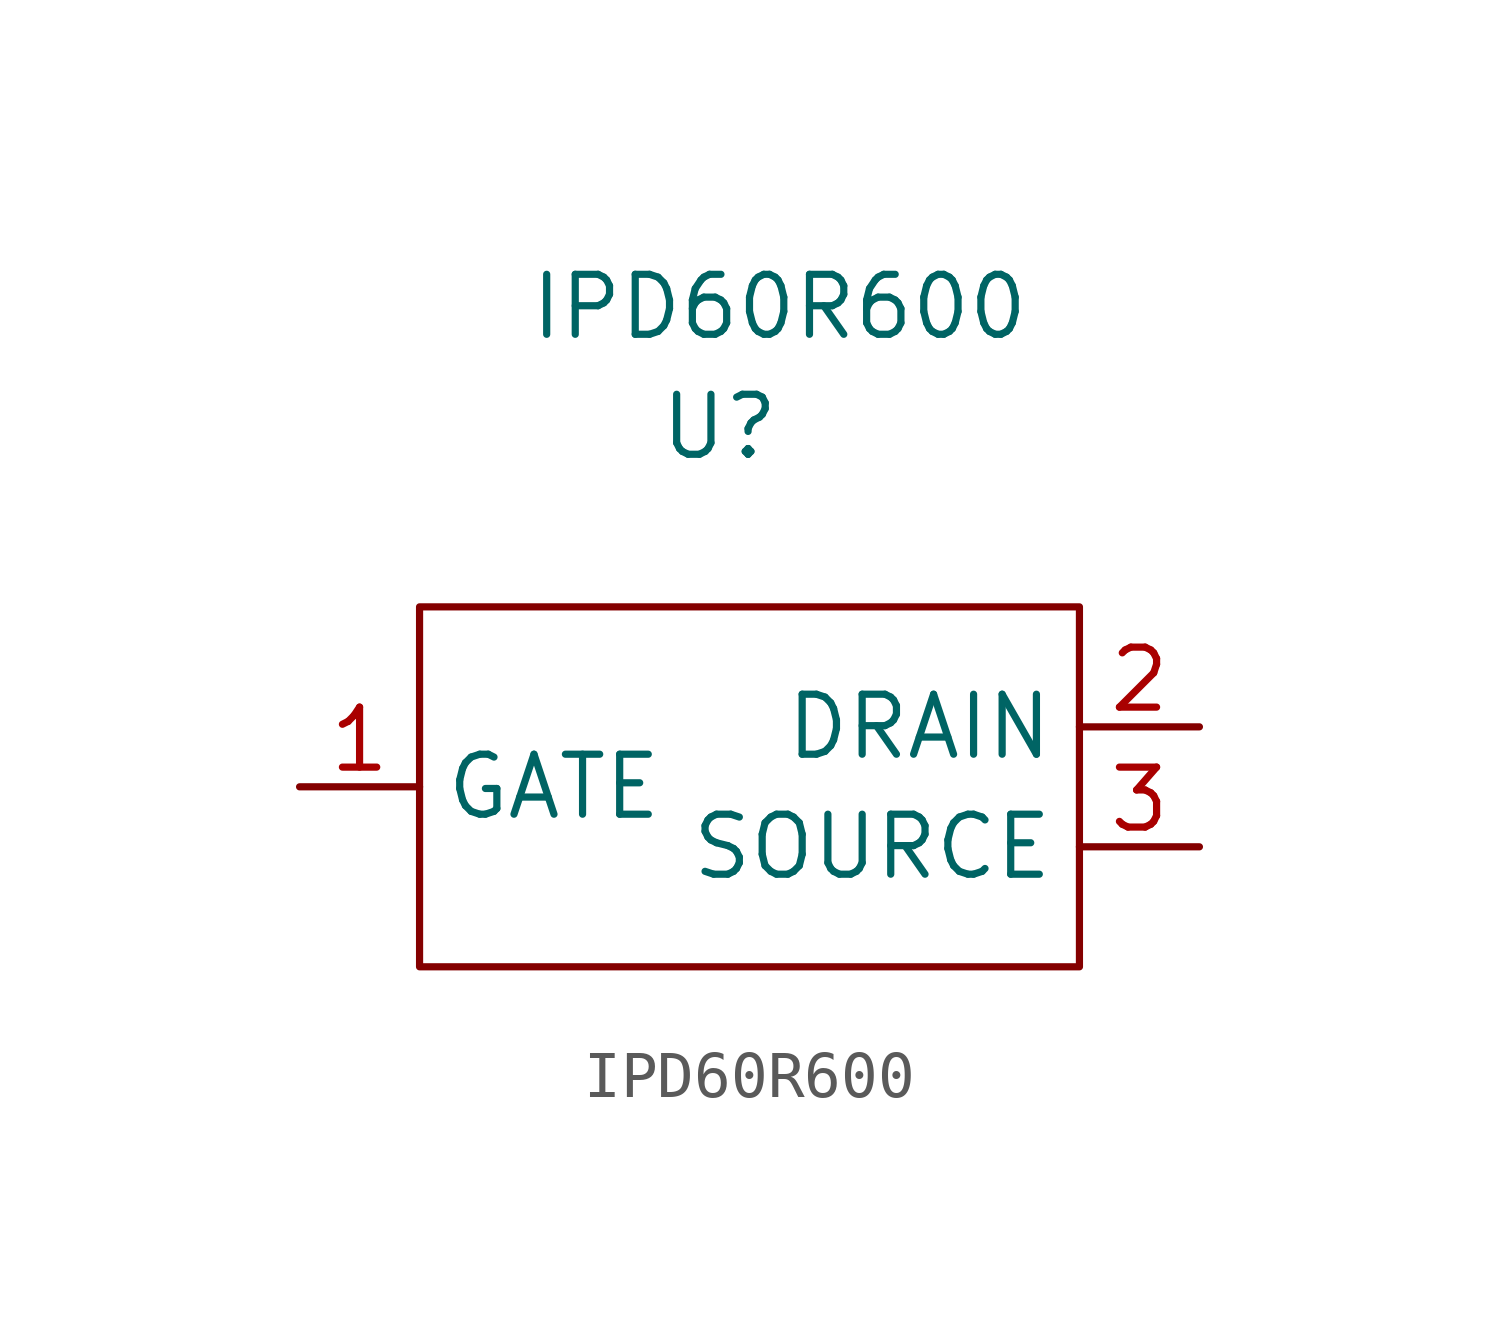
<source format=kicad_sym>
(kicad_symbol_lib
  (version 20220914)
  (generator kicad_symbol_editor)
  (symbol "IPD60R600"
    (property "Reference" "U"
      (at 0 7.62 0)
      (effects (font (size 1.27 1.27))))
    (property "Value" "IPD60R600"
      (at 1.27 10.16 0)
      (effects (font (size 1.27 1.27))))
    (symbol "IPD60R600_0_1"
      (rectangle (start -6.35 3.81) (end 7.62 -3.81) (stroke (width 0) (type default)) (fill (type none))))
    (symbol "IPD60R600_1_1"
      (pin input line (at -8.89 0 0) (length 2.54) (name "GATE" (effects (font (size 1.27 1.27)))) (number "1" (effects (font (size 1.27 1.27)))))
      (pin passive line (at 10.16 1.27 180) (length 2.54) (name "DRAIN" (effects (font (size 1.27 1.27)))) (number "2" (effects (font (size 1.27 1.27)))))
      (pin passive line (at 10.16 -1.27 180) (length 2.54) (name "SOURCE" (effects (font (size 1.27 1.27)))) (number "3" (effects (font (size 1.27 1.27))))))))
</source>
